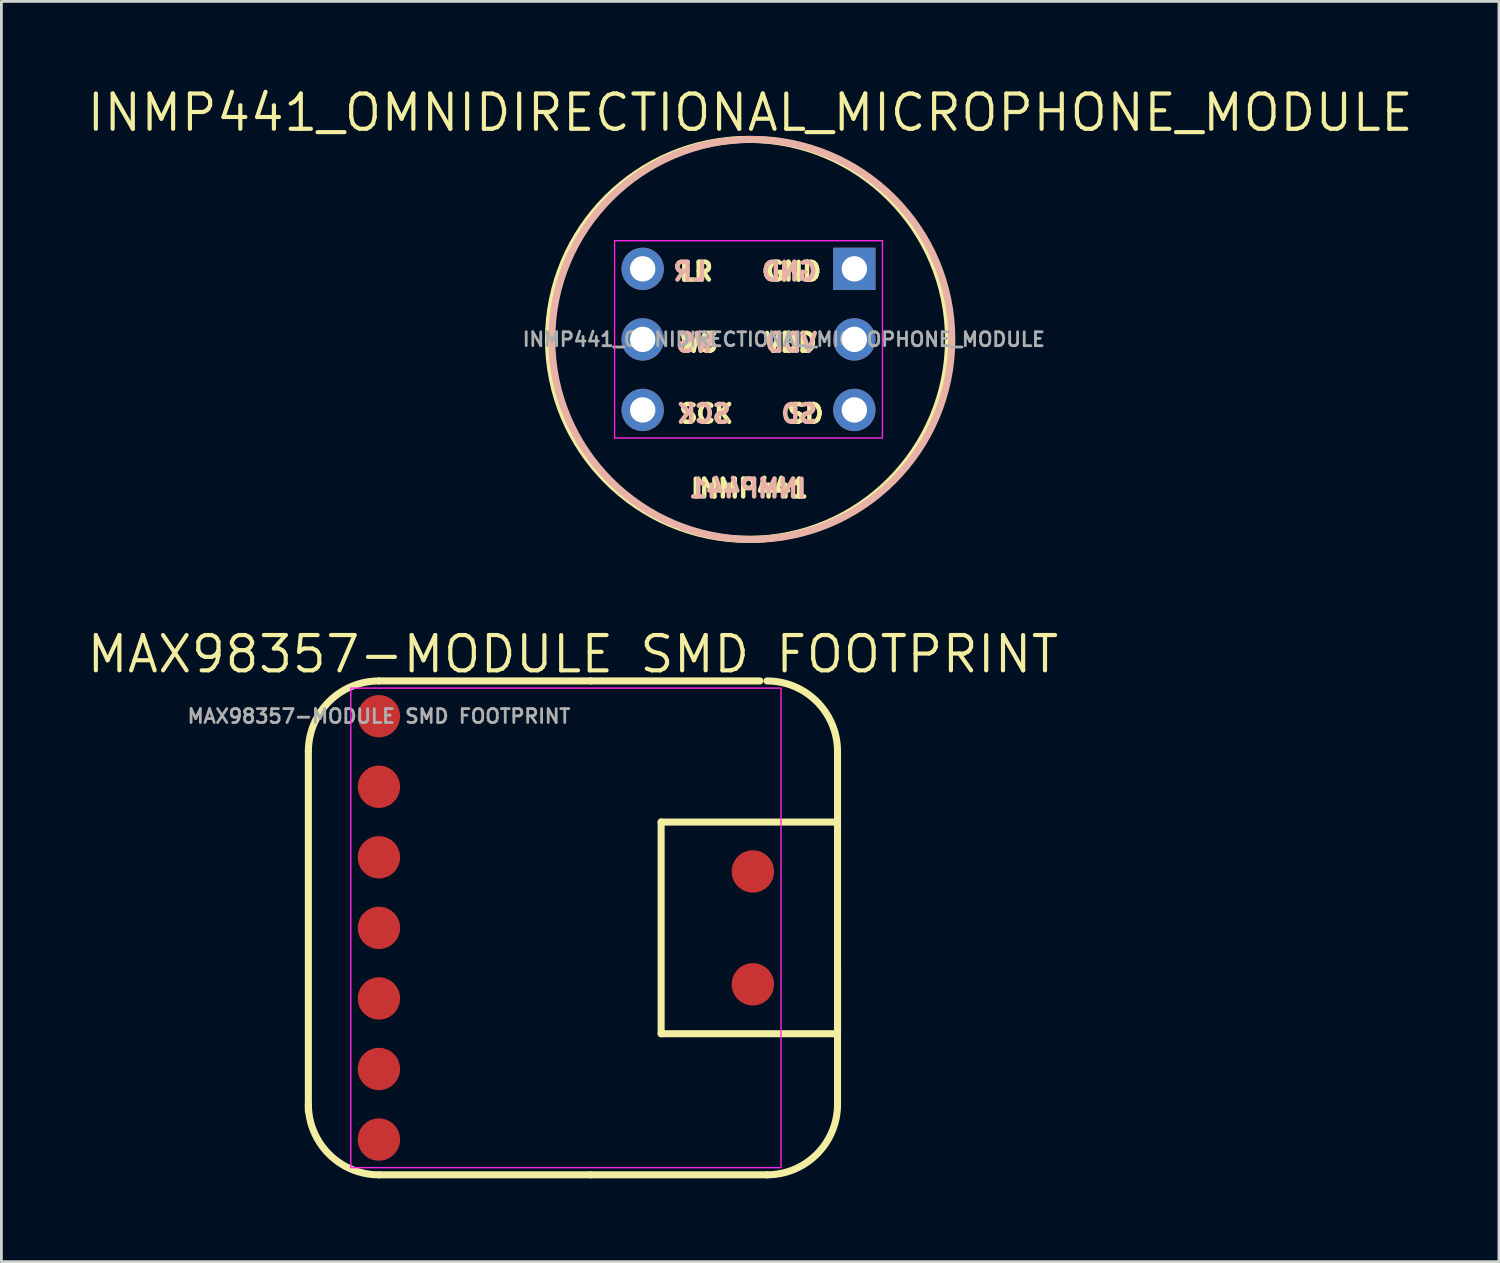
<source format=kicad_pcb>
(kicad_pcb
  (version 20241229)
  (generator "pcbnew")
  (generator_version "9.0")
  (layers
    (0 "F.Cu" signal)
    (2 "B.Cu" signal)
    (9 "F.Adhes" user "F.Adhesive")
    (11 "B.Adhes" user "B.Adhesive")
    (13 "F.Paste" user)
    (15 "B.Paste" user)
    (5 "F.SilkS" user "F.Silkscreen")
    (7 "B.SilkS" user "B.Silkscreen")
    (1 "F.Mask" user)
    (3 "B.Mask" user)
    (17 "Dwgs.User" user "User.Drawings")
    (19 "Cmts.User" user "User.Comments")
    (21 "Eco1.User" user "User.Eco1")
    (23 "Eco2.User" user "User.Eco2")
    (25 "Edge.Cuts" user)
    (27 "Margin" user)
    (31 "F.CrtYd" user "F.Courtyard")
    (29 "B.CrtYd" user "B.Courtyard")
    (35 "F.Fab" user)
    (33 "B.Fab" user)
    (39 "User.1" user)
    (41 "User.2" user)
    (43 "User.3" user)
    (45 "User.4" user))
  (footprint "MAX98357-MODULE SMD FOOTPRINT"
    (layer "F.Cu")
    (at 10.591 22.734)
    (property "Reference" "MAX98357-MODULE SMD FOOTPRINT" (at 6.985 -2.232 0) (layer "F.SilkS") (effects (font (size 1.27 1.27) (thickness 0.15))))
    (fp_line (start -2.54 14.224) (end -2.54 1.27) (stroke (width 0.254) (type default)) (layer "F.SilkS"))
    (fp_line (start 0 -1.27) (end 7.62 -1.27) (stroke (width 0.254) (type default)) (layer "F.SilkS"))
    (fp_line (start 7.62 -1.27) (end 13.716 -1.27) (stroke (width 0.254) (type default)) (layer "F.SilkS"))
    (fp_line (start 7.62 16.51) (end 0 16.51) (stroke (width 0.254) (type default)) (layer "F.SilkS"))
    (fp_line (start 10.16 3.81) (end 10.16 11.43) (stroke (width 0.254) (type default)) (layer "F.SilkS"))
    (fp_line (start 10.16 11.43) (end 16.51 11.43) (stroke (width 0.254) (type default)) (layer "F.SilkS"))
    (fp_line (start 13.97 16.51) (end 7.62 16.51) (stroke (width 0.254) (type default)) (layer "F.SilkS"))
    (fp_line (start 16.51 1.27) (end 16.51 13.97) (stroke (width 0.254) (type default)) (layer "F.SilkS"))
    (fp_line (start 16.51 3.81) (end 10.16 3.81) (stroke (width 0.254) (type default)) (layer "F.SilkS"))
    (fp_line (start 16.51 11.43) (end 16.51 9.144) (stroke (width 0.254) (type default)) (layer "F.SilkS"))
    (fp_arc (start -2.54 1.27) (mid -1.796051 -0.526051) (end 0 -1.27) (stroke (width 0.254) (type default)) (layer "F.SilkS"))
    (fp_arc (start 0 16.51) (mid -1.796051 15.766051) (end -2.54 13.97) (stroke (width 0.254) (type default)) (layer "F.SilkS"))
    (fp_arc (start 13.97 -1.27) (mid 15.766051 -0.526051) (end 16.51 1.27) (stroke (width 0.254) (type default)) (layer "F.SilkS"))
    (fp_arc (start 16.51 13.97) (mid 15.766051 15.766051) (end 13.97 16.51) (stroke (width 0.254) (type default)) (layer "F.SilkS"))
    (fp_rect (start -1.012 -1.012) (end 14.474 16.252) (stroke (width 0.05) (type default)) (fill no) (layer "F.CrtYd"))
    (fp_text user "${REFERENCE}" (at 0 0 0) (layer "F.Fab") (effects (font (size 0.5 0.5) (thickness 0.1))))
    (pad "1" smd oval (at 0 0) (size 1.524 1.524) (layers "F.Cu" "F.Mask" "F.Paste"))
    (pad "2" smd oval (at 0 2.54) (size 1.524 1.524) (layers "F.Cu" "F.Mask" "F.Paste"))
    (pad "3" smd oval (at 0 5.08) (size 1.524 1.524) (layers "F.Cu" "F.Mask" "F.Paste"))
    (pad "4" smd oval (at 0 7.62) (size 1.524 1.524) (layers "F.Cu" "F.Mask" "F.Paste"))
    (pad "5" smd oval (at 0 10.16) (size 1.524 1.524) (layers "F.Cu" "F.Mask" "F.Paste"))
    (pad "6" smd oval (at 0 12.7) (size 1.524 1.524) (layers "F.Cu" "F.Mask" "F.Paste"))
    (pad "7" smd oval (at 0 15.24) (size 1.524 1.524) (layers "F.Cu" "F.Mask" "F.Paste"))
    (pad "8" smd oval (at 13.462 5.588) (size 1.524 1.524) (layers "F.Cu" "F.Mask" "F.Paste"))
    (pad "9" smd oval (at 13.462 9.652) (size 1.524 1.524) (layers "F.Cu" "F.Mask" "F.Paste")))
  (footprint "INMP441_OMNIDIRECTIONAL_MICROPHONE_MODULE"
    (layer "F.Cu")
    (at 25.167 9.168)
    (property "Reference" "INMP441_OMNIDIRECTIONAL_MICROPHONE_MODULE" (at -1.211 -8.162 0) (layer "F.SilkS") (effects (font (size 1.27 1.27) (thickness 0.15))))
    (fp_circle (center -1.27 0) (end 5.93 0) (stroke (width 0.254) (type default)) (fill no) (layer "F.SilkS"))
    (fp_circle (center -1.152 0) (end 6.048 0) (stroke (width 0.254) (type default)) (fill no) (layer "B.SilkS"))
    (fp_rect (start -6.092 -3.552) (end 3.552 3.552) (stroke (width 0.05) (type default)) (fill no) (layer "F.CrtYd"))
    (fp_text user "LR" (at -3.839 -2.816 0) (unlocked yes) (layer "F.SilkS") (effects (font (size 0.64 0.64) (thickness 0.203)) (justify left top)))
    (fp_text user "SCK" (at -3.841 2.304 0) (unlocked yes) (layer "F.SilkS") (effects (font (size 0.64 0.64) (thickness 0.203)) (justify left top)))
    (fp_text user "GND" (at -0.731 -2.816 0) (unlocked yes) (layer "F.SilkS") (effects (font (size 0.64 0.64) (thickness 0.203)) (justify left top)))
    (fp_text user "VDD" (at -0.768 -0.256 0) (unlocked yes) (layer "F.SilkS") (effects (font (size 0.64 0.64) (thickness 0.203)) (justify left top)))
    (fp_text user "INMP441" (at -3.426 4.992 0) (unlocked yes) (layer "F.SilkS") (effects (font (size 0.64 0.64) (thickness 0.203)) (justify left top)))
    (fp_text user "WS" (at -3.84 -0.256 0) (unlocked yes) (layer "F.SilkS") (effects (font (size 0.64 0.64) (thickness 0.203)) (justify left top)))
    (fp_text user "SD" (at 0.053 2.304 0) (unlocked yes) (layer "F.SilkS") (effects (font (size 0.64 0.64) (thickness 0.203)) (justify left top)))
    (fp_text user "LR" (at -2.688 -2.816 0) (unlocked yes) (layer "B.SilkS") (effects (font (size 0.64 0.64) (thickness 0.203)) (justify left top mirror)))
    (fp_text user "SD" (at 1.281 2.304 0) (unlocked yes) (layer "B.SilkS") (effects (font (size 0.64 0.64) (thickness 0.203)) (justify left top mirror)))
    (fp_text user "WS" (at -2.397 -0.256 0) (unlocked yes) (layer "B.SilkS") (effects (font (size 0.64 0.64) (thickness 0.203)) (justify left top mirror)))
    (fp_text user "GND" (at 1.28 -2.816 0) (unlocked yes) (layer "B.SilkS") (effects (font (size 0.64 0.64) (thickness 0.203)) (justify left top mirror)))
    (fp_text user "VDD" (at 1.281 -0.256 0) (unlocked yes) (layer "B.SilkS") (effects (font (size 0.64 0.64) (thickness 0.203)) (justify left top mirror)))
    (fp_text user "INMP441" (at 0.896 4.992 0) (unlocked yes) (layer "B.SilkS") (effects (font (size 0.64 0.64) (thickness 0.203)) (justify left top mirror)))
    (fp_text user "SCK" (at -1.831 2.304 0) (unlocked yes) (layer "B.SilkS") (effects (font (size 0.64 0.64) (thickness 0.203)) (justify left top mirror)))
    (fp_text user "${REFERENCE}" (at 0 0 0) (layer "F.Fab") (effects (font (size 0.5 0.5) (thickness 0.1))))
    (pad "1" thru_hole rect (at 2.54 -2.54) (size 1.524 1.524) (drill 0.914) (layers "*.Cu" "*.Mask"))
    (pad "2" thru_hole oval (at 2.54 0) (size 1.524 1.524) (drill 0.914) (layers "*.Cu" "*.Mask"))
    (pad "3" thru_hole oval (at 2.54 2.54) (size 1.524 1.524) (drill 0.914) (layers "*.Cu" "*.Mask"))
    (pad "4" thru_hole oval (at -5.08 2.54) (size 1.524 1.524) (drill 0.914) (layers "*.Cu" "*.Mask"))
    (pad "5" thru_hole oval (at -5.08 0) (size 1.524 1.524) (drill 0.914) (layers "*.Cu" "*.Mask"))
    (pad "6" thru_hole oval (at -5.08 -2.54) (size 1.524 1.524) (drill 0.914) (layers "*.Cu" "*.Mask")))
  (gr_rect
    (start -3 -3)
    (end 50.912 42.371)
    (stroke (width 0.1) (type default))
    (fill no)
    (layer "Edge.Cuts")))
</source>
